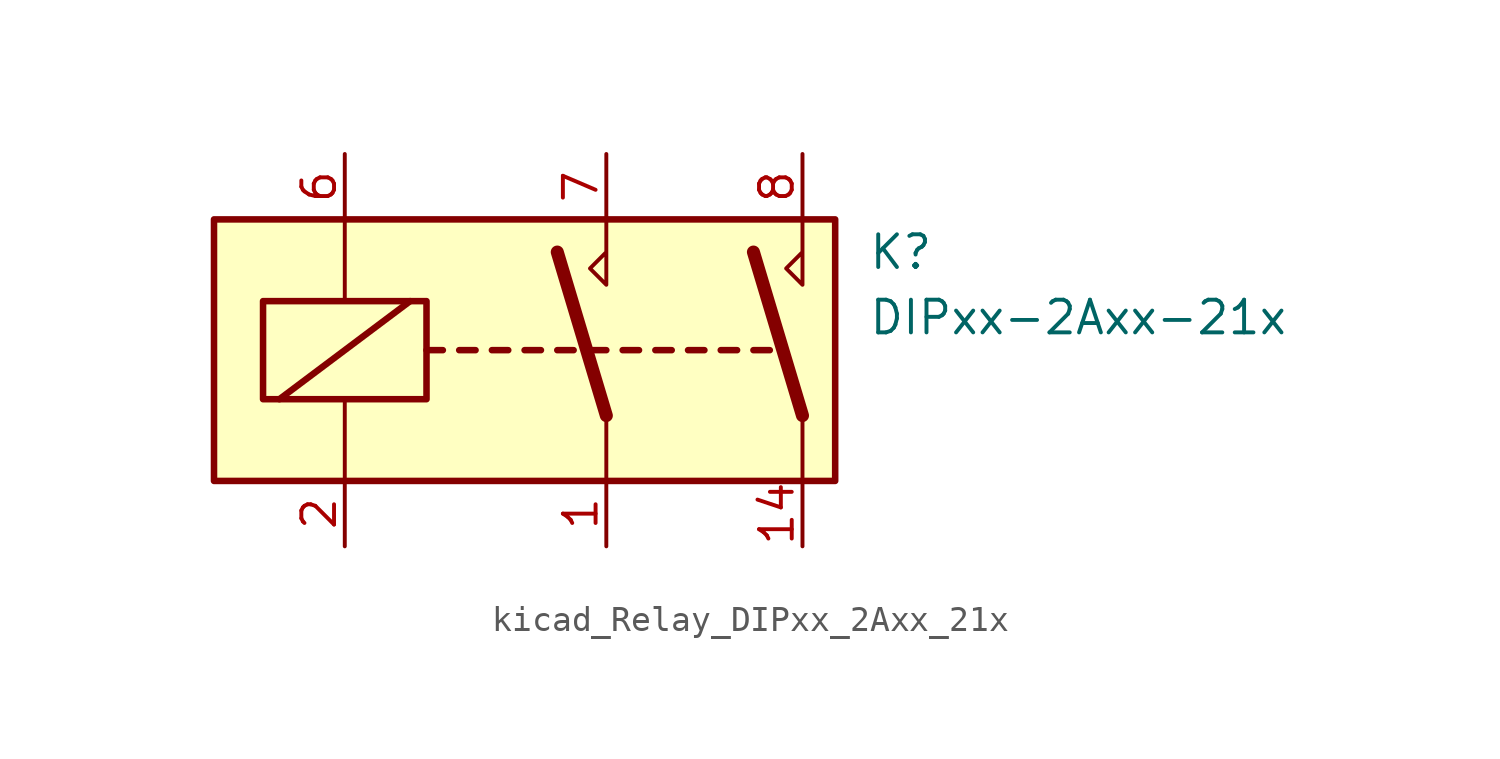
<source format=kicad_sym>
(kicad_symbol_lib
  (version 20220914)
  (generator kicad_symbol_editor)
  (symbol "kicad_Relay_DIPxx_2Axx_21x"
    (property "Reference" "K"
      (at 12.7 3.81 0)
      (effects (font (size 1.27 1.27)) (justify left)))
    (property "Value" "DIPxx-2Axx-21x"
      (at 12.7 1.27 0)
      (effects (font (size 1.27 1.27)) (justify left)))
    (symbol "kicad_Relay_DIPxx_2Axx_21x_0_0"
      (polyline (pts (xy 2.54 5.08) (xy 2.54 2.54) (xy 1.905 3.175) (xy 2.54 3.81)) (stroke (width 0) (type default)) (fill (type none)))
      (polyline (pts (xy 10.16 5.08) (xy 10.16 2.54) (xy 9.525 3.175) (xy 10.16 3.81)) (stroke (width 0) (type default)) (fill (type none))))
    (symbol "kicad_Relay_DIPxx_2Axx_21x_0_1"
      (rectangle (start -12.7 5.08) (end 11.43 -5.08) (stroke (width 0.254) (type default)) (fill (type background)))
      (rectangle (start -10.795 1.905) (end -4.445 -1.905) (stroke (width 0.254) (type default)) (fill (type none)))
      (polyline (pts (xy -10.16 -1.905) (xy -5.08 1.905)) (stroke (width 0.254) (type default)) (fill (type none)))
      (polyline (pts (xy -7.62 -5.08) (xy -7.62 -1.905)) (stroke (width 0) (type default)) (fill (type none)))
      (polyline (pts (xy -7.62 5.08) (xy -7.62 1.905)) (stroke (width 0) (type default)) (fill (type none)))
      (polyline (pts (xy -4.445 0) (xy -3.81 0)) (stroke (width 0.254) (type default)) (fill (type none)))
      (polyline (pts (xy -3.175 0) (xy -2.54 0)) (stroke (width 0.254) (type default)) (fill (type none)))
      (polyline (pts (xy -1.905 0) (xy -1.27 0)) (stroke (width 0.254) (type default)) (fill (type none)))
      (polyline (pts (xy -0.635 0) (xy 0 0)) (stroke (width 0.254) (type default)) (fill (type none)))
      (polyline (pts (xy 0.635 0) (xy 1.27 0)) (stroke (width 0.254) (type default)) (fill (type none)))
      (polyline (pts (xy 1.905 0) (xy 2.54 0)) (stroke (width 0.254) (type default)) (fill (type none)))
      (polyline (pts (xy 2.54 -2.54) (xy 0.635 3.81)) (stroke (width 0.508) (type default)) (fill (type none)))
      (polyline (pts (xy 2.54 -2.54) (xy 2.54 -5.08)) (stroke (width 0) (type default)) (fill (type none)))
      (polyline (pts (xy 3.175 0) (xy 3.81 0)) (stroke (width 0.254) (type default)) (fill (type none)))
      (polyline (pts (xy 4.445 0) (xy 5.08 0)) (stroke (width 0.254) (type default)) (fill (type none)))
      (polyline (pts (xy 5.715 0) (xy 6.35 0)) (stroke (width 0.254) (type default)) (fill (type none)))
      (polyline (pts (xy 6.985 0) (xy 7.62 0)) (stroke (width 0.254) (type default)) (fill (type none)))
      (polyline (pts (xy 8.255 0) (xy 8.89 0)) (stroke (width 0.254) (type default)) (fill (type none)))
      (polyline (pts (xy 10.16 -2.54) (xy 8.255 3.81)) (stroke (width 0.508) (type default)) (fill (type none)))
      (polyline (pts (xy 10.16 -2.54) (xy 10.16 -5.08)) (stroke (width 0) (type default)) (fill (type none))))
    (symbol "kicad_Relay_DIPxx_2Axx_21x_1_1"
      (pin passive line (at 2.54 -7.62 90) (length 2.54) (name "~" (effects (font (size 1.27 1.27)))) (number "1" (effects (font (size 1.27 1.27)))))
      (pin passive line (at 10.16 -7.62 90) (length 2.54) (name "~" (effects (font (size 1.27 1.27)))) (number "14" (effects (font (size 1.27 1.27)))))
      (pin passive line (at -7.62 -7.62 90) (length 2.54) (name "~" (effects (font (size 1.27 1.27)))) (number "2" (effects (font (size 1.27 1.27)))))
      (pin passive line (at -7.62 7.62 270) (length 2.54) (name "~" (effects (font (size 1.27 1.27)))) (number "6" (effects (font (size 1.27 1.27)))))
      (pin passive line (at 2.54 7.62 270) (length 2.54) (name "~" (effects (font (size 1.27 1.27)))) (number "7" (effects (font (size 1.27 1.27)))))
      (pin passive line (at 10.16 7.62 270) (length 2.54) (name "~" (effects (font (size 1.27 1.27)))) (number "8" (effects (font (size 1.27 1.27))))))))
</source>
